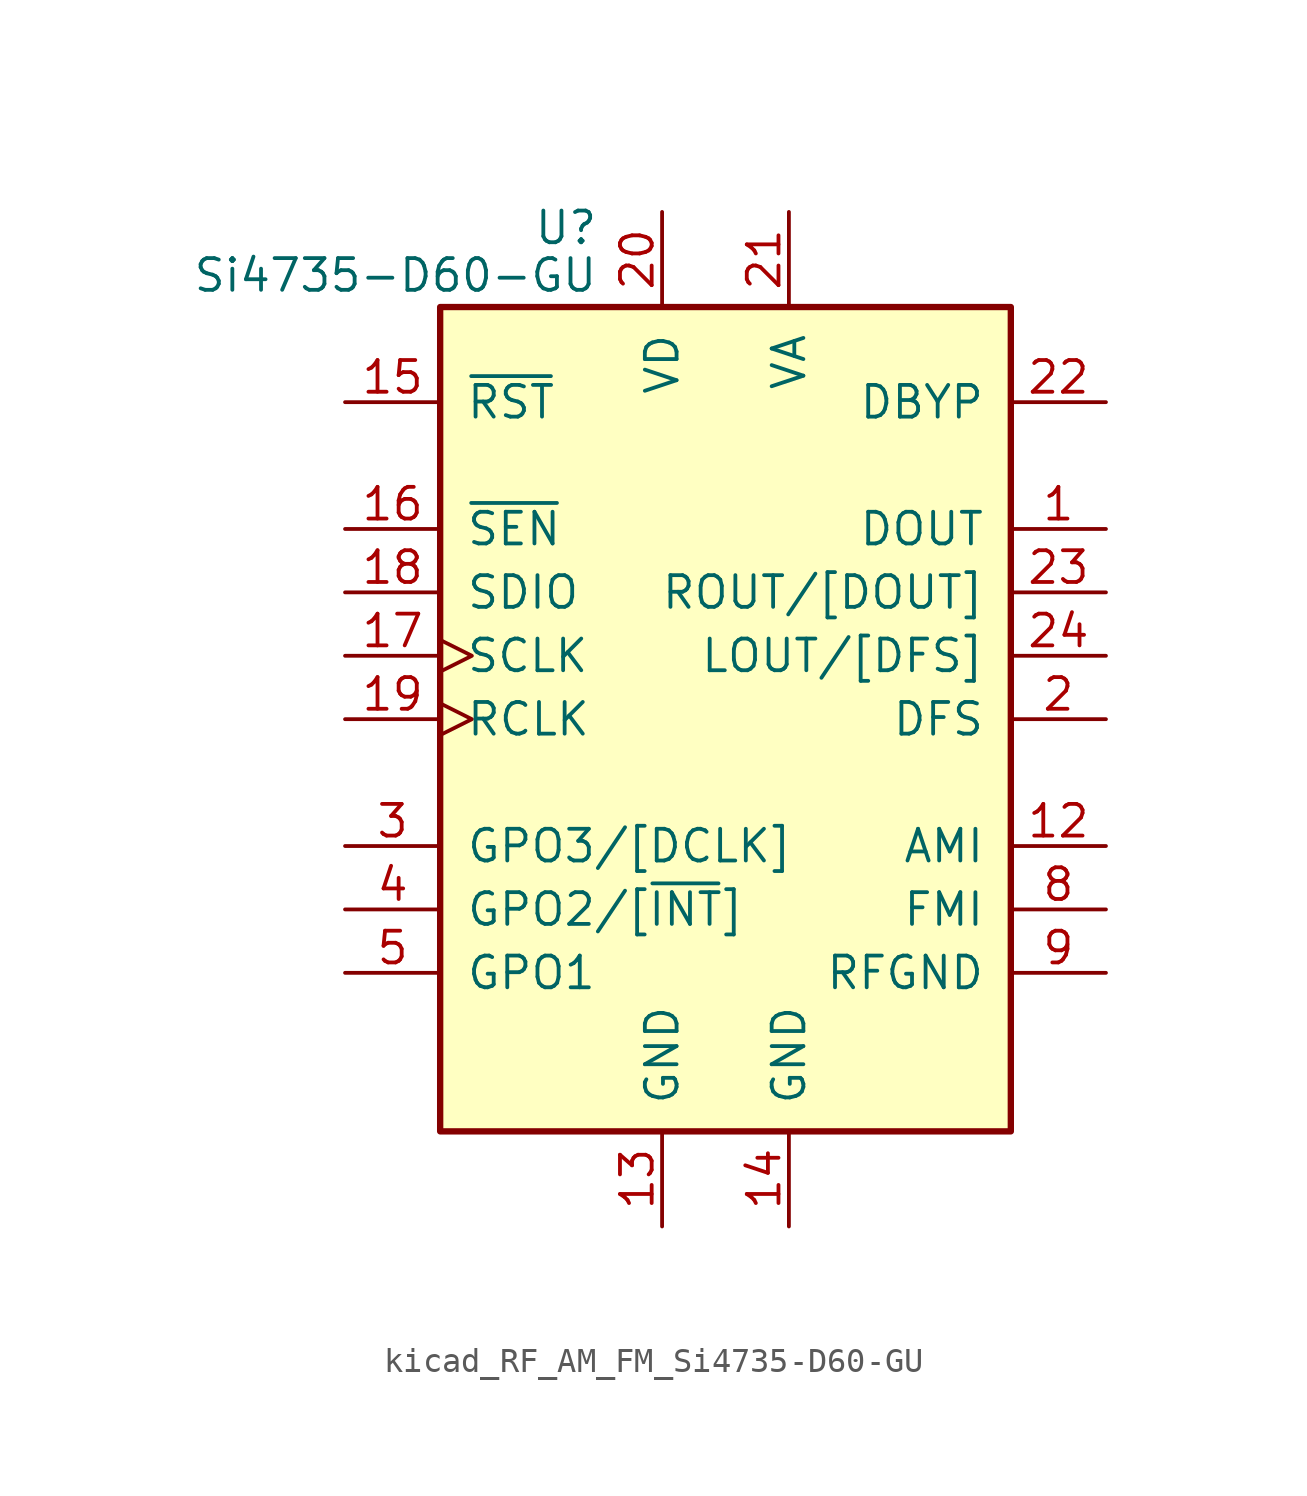
<source format=kicad_sym>
(kicad_symbol_lib
  (version 20220914)
  (generator kicad_symbol_editor)
  (symbol "kicad_RF_AM_FM_Si4735-D60-GU"
    (pin_names
      (offset 1.016))
    (property "Reference" "U"
      (at -5.08 19.685 0)
      (effects (font (size 1.27 1.27)) (justify right)))
    (property "Value" "Si4735-D60-GU"
      (at -5.08 17.78 0)
      (effects (font (size 1.27 1.27)) (justify right)))
    (symbol "kicad_RF_AM_FM_Si4735-D60-GU_0_1"
      (rectangle (start 11.43 16.51) (end -11.43 -16.51) (stroke (width 0.254) (type default)) (fill (type background))))
    (symbol "kicad_RF_AM_FM_Si4735-D60-GU_1_1"
      (pin output line (at 15.24 7.62 180) (length 3.81) (name "DOUT" (effects (font (size 1.27 1.27)))) (number "1" (effects (font (size 1.27 1.27)))))
      (pin no_connect line (at -5.08 -16.51 90) (length 3.81) hide (name "NC" (effects (font (size 1.27 1.27)))) (number "10" (effects (font (size 1.27 1.27)))))
      (pin no_connect line (at 5.08 -16.51 90) (length 3.81) hide (name "NC" (effects (font (size 1.27 1.27)))) (number "11" (effects (font (size 1.27 1.27)))))
      (pin input line (at 15.24 -5.08 180) (length 3.81) (name "AMI" (effects (font (size 1.27 1.27)))) (number "12" (effects (font (size 1.27 1.27)))))
      (pin power_in line (at -2.54 -20.32 90) (length 3.81) (name "GND" (effects (font (size 1.27 1.27)))) (number "13" (effects (font (size 1.27 1.27)))))
      (pin power_in line (at 2.54 -20.32 90) (length 3.81) (name "GND" (effects (font (size 1.27 1.27)))) (number "14" (effects (font (size 1.27 1.27)))))
      (pin input line (at -15.24 12.7 0) (length 3.81) (name "~{RST}" (effects (font (size 1.27 1.27)))) (number "15" (effects (font (size 1.27 1.27)))))
      (pin input line (at -15.24 7.62 0) (length 3.81) (name "~{SEN}" (effects (font (size 1.27 1.27)))) (number "16" (effects (font (size 1.27 1.27)))))
      (pin input clock (at -15.24 2.54 0) (length 3.81) (name "SCLK" (effects (font (size 1.27 1.27)))) (number "17" (effects (font (size 1.27 1.27)))))
      (pin bidirectional line (at -15.24 5.08 0) (length 3.81) (name "SDIO" (effects (font (size 1.27 1.27)))) (number "18" (effects (font (size 1.27 1.27)))))
      (pin input clock (at -15.24 0 0) (length 3.81) (name "RCLK" (effects (font (size 1.27 1.27)))) (number "19" (effects (font (size 1.27 1.27)))))
      (pin input line (at 15.24 0 180) (length 3.81) (name "DFS" (effects (font (size 1.27 1.27)))) (number "2" (effects (font (size 1.27 1.27)))))
      (pin power_in line (at -2.54 20.32 270) (length 3.81) (name "VD" (effects (font (size 1.27 1.27)))) (number "20" (effects (font (size 1.27 1.27)))))
      (pin power_in line (at 2.54 20.32 270) (length 3.81) (name "VA" (effects (font (size 1.27 1.27)))) (number "21" (effects (font (size 1.27 1.27)))))
      (pin passive line (at 15.24 12.7 180) (length 3.81) (name "DBYP" (effects (font (size 1.27 1.27)))) (number "22" (effects (font (size 1.27 1.27)))))
      (pin output line (at 15.24 5.08 180) (length 3.81) (name "ROUT/[DOUT]" (effects (font (size 1.27 1.27)))) (number "23" (effects (font (size 1.27 1.27)))))
      (pin bidirectional line (at 15.24 2.54 180) (length 3.81) (name "LOUT/[DFS]" (effects (font (size 1.27 1.27)))) (number "24" (effects (font (size 1.27 1.27)))))
      (pin bidirectional line (at -15.24 -5.08 0) (length 3.81) (name "GPO3/[DCLK]" (effects (font (size 1.27 1.27)))) (number "3" (effects (font (size 1.27 1.27)))))
      (pin output line (at -15.24 -7.62 0) (length 3.81) (name "GPO2/[~{INT}]" (effects (font (size 1.27 1.27)))) (number "4" (effects (font (size 1.27 1.27)))))
      (pin output line (at -15.24 -10.16 0) (length 3.81) (name "GPO1" (effects (font (size 1.27 1.27)))) (number "5" (effects (font (size 1.27 1.27)))))
      (pin no_connect line (at -11.43 -12.7 0) (length 3.81) hide (name "NC" (effects (font (size 1.27 1.27)))) (number "6" (effects (font (size 1.27 1.27)))))
      (pin no_connect line (at 11.43 -12.7 180) (length 3.81) hide (name "NC" (effects (font (size 1.27 1.27)))) (number "7" (effects (font (size 1.27 1.27)))))
      (pin input line (at 15.24 -7.62 180) (length 3.81) (name "FMI" (effects (font (size 1.27 1.27)))) (number "8" (effects (font (size 1.27 1.27)))))
      (pin power_in line (at 15.24 -10.16 180) (length 3.81) (name "RFGND" (effects (font (size 1.27 1.27)))) (number "9" (effects (font (size 1.27 1.27))))))))
</source>
